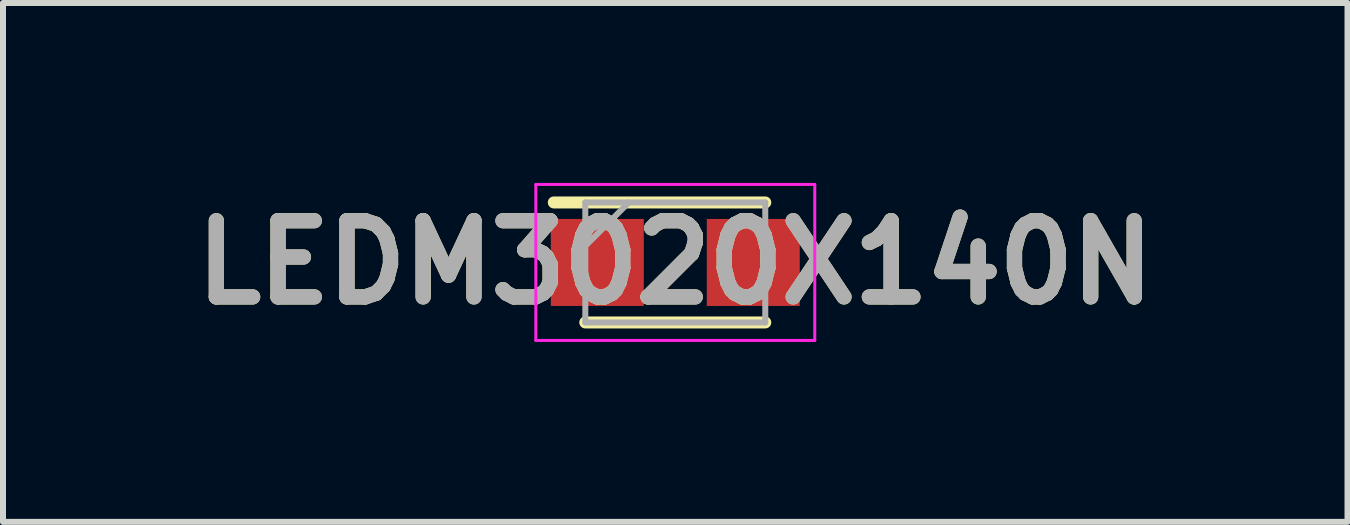
<source format=kicad_pcb>
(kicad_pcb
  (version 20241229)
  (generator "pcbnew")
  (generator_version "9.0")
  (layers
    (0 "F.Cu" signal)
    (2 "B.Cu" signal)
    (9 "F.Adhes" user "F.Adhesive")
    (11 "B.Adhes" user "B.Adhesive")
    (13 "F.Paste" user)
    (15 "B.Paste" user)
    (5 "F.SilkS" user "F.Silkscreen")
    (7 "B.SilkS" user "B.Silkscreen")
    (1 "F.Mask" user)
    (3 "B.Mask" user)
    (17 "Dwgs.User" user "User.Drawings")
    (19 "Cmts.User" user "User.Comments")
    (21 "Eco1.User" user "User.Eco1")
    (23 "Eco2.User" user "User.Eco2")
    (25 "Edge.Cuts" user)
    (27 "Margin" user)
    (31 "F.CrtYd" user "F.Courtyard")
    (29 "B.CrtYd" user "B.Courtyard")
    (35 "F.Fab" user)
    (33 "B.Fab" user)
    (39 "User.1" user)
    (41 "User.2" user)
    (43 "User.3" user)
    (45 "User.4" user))
  (footprint "LEDM3020X140N"
    (layer "F.Cu")
    (at 8.207 1.325)
    (property "Reference" "LEDM3020X140N" (at 0 0 0) (layer "F.SilkS") (effects (font (size 1.27 1.27) (thickness 0.254))))
    (attr smd)
    (fp_line (start -1.5 1) (end 1.5 1) (stroke (width 0.2) (type solid)) (layer "F.SilkS"))
    (fp_line (start 1.5 -1) (end -2.025 -1) (stroke (width 0.2) (type solid)) (layer "F.SilkS"))
    (fp_line (start -2.325 -1.3) (end 2.325 -1.3) (stroke (width 0.05) (type solid)) (layer "F.CrtYd"))
    (fp_line (start -2.325 1.3) (end -2.325 -1.3) (stroke (width 0.05) (type solid)) (layer "F.CrtYd"))
    (fp_line (start 2.325 -1.3) (end 2.325 1.3) (stroke (width 0.05) (type solid)) (layer "F.CrtYd"))
    (fp_line (start 2.325 1.3) (end -2.325 1.3) (stroke (width 0.05) (type solid)) (layer "F.CrtYd"))
    (fp_line (start -1.5 -1) (end 1.5 -1) (stroke (width 0.1) (type solid)) (layer "F.Fab"))
    (fp_line (start -1.5 -0.275) (end -0.775 -1) (stroke (width 0.1) (type solid)) (layer "F.Fab"))
    (fp_line (start -1.5 1) (end -1.5 -1) (stroke (width 0.1) (type solid)) (layer "F.Fab"))
    (fp_line (start 1.5 -1) (end 1.5 1) (stroke (width 0.1) (type solid)) (layer "F.Fab"))
    (fp_line (start 1.5 1) (end -1.5 1) (stroke (width 0.1) (type solid)) (layer "F.Fab"))
    (fp_text user "${REFERENCE}" (at 0 0 0) (layer "F.Fab") (effects (font (size 1.27 1.27) (thickness 0.254))))
    (pad "1" smd rect (at -1.3 0 90) (size 1.45 1.55) (layers "F.Cu" "F.Mask" "F.Paste"))
    (pad "2" smd rect (at 1.3 0 90) (size 1.45 1.55) (layers "F.Cu" "F.Mask" "F.Paste")))
  (gr_rect
    (start -3 -3)
    (end 19.413 5.65)
    (stroke (width 0.1) (type default))
    (fill no)
    (layer "Edge.Cuts")))
</source>
